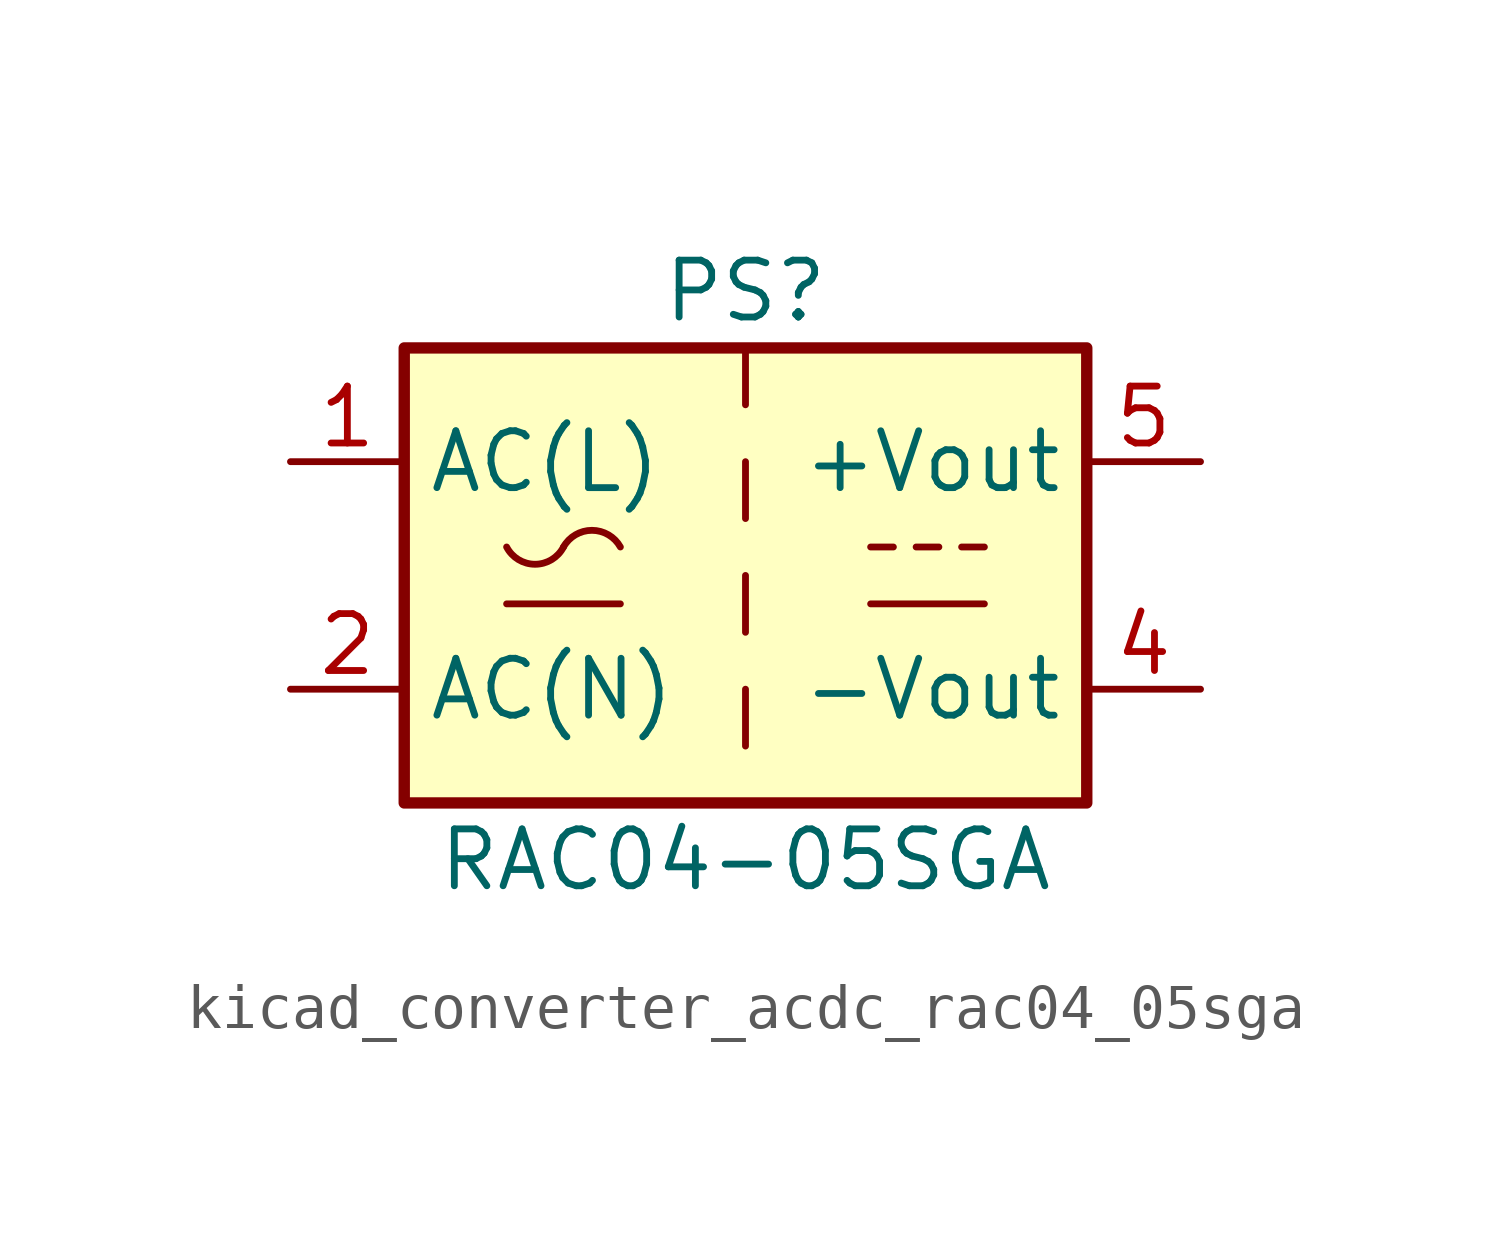
<source format=kicad_sym>
(kicad_symbol_lib
  (version 20220914)
  (generator kicad_symbol_editor)
  (symbol "kicad_converter_acdc_rac04_05sga"
    (property "Reference" "PS"
      (at 0 6.35 0)
      (effects (font (size 1.27 1.27))))
    (property "Value" "RAC04-05SGA"
      (at 0 -6.35 0)
      (effects (font (size 1.27 1.27))))
    (symbol "kicad_converter_acdc_rac04_05sga_1_1"
      (rectangle (start -7.62 5.08) (end 7.62 -5.08) (stroke (width 0.254) (type default)) (fill (type background)))
      (arc (start -5.334 0.635) (mid -4.699 0.2495) (end -4.064 0.635) (stroke (width 0) (type default)) (fill (type none)))
      (arc (start -2.794 0.635) (mid -3.429 1.0072) (end -4.064 0.635) (stroke (width 0) (type default)) (fill (type none)))
      (polyline (pts (xy -5.334 -0.635) (xy -2.794 -0.635)) (stroke (width 0) (type default)) (fill (type none)))
      (polyline (pts (xy 0 -2.54) (xy 0 -3.81)) (stroke (width 0) (type default)) (fill (type none)))
      (polyline (pts (xy 0 0) (xy 0 -1.27)) (stroke (width 0) (type default)) (fill (type none)))
      (polyline (pts (xy 0 2.54) (xy 0 1.27)) (stroke (width 0) (type default)) (fill (type none)))
      (polyline (pts (xy 0 5.08) (xy 0 3.81)) (stroke (width 0) (type default)) (fill (type none)))
      (polyline (pts (xy 2.794 -0.635) (xy 5.334 -0.635)) (stroke (width 0) (type default)) (fill (type none)))
      (polyline (pts (xy 2.794 0.635) (xy 3.302 0.635)) (stroke (width 0) (type default)) (fill (type none)))
      (polyline (pts (xy 3.81 0.635) (xy 4.318 0.635)) (stroke (width 0) (type default)) (fill (type none)))
      (polyline (pts (xy 4.826 0.635) (xy 5.334 0.635)) (stroke (width 0) (type default)) (fill (type none)))
      (pin power_in line (at -10.16 2.54 0) (length 2.54) (name "AC(L)" (effects (font (size 1.27 1.27)))) (number "1" (effects (font (size 1.27 1.27)))))
      (pin power_in line (at -10.16 -2.54 0) (length 2.54) (name "AC(N)" (effects (font (size 1.27 1.27)))) (number "2" (effects (font (size 1.27 1.27)))))
      (pin no_connect line (at 7.62 0 180) (length 2.54) hide (name "NC" (effects (font (size 1.27 1.27)))) (number "3" (effects (font (size 1.27 1.27)))))
      (pin power_out line (at 10.16 -2.54 180) (length 2.54) (name "-Vout" (effects (font (size 1.27 1.27)))) (number "4" (effects (font (size 1.27 1.27)))))
      (pin power_out line (at 10.16 2.54 180) (length 2.54) (name "+Vout" (effects (font (size 1.27 1.27)))) (number "5" (effects (font (size 1.27 1.27))))))))
</source>
